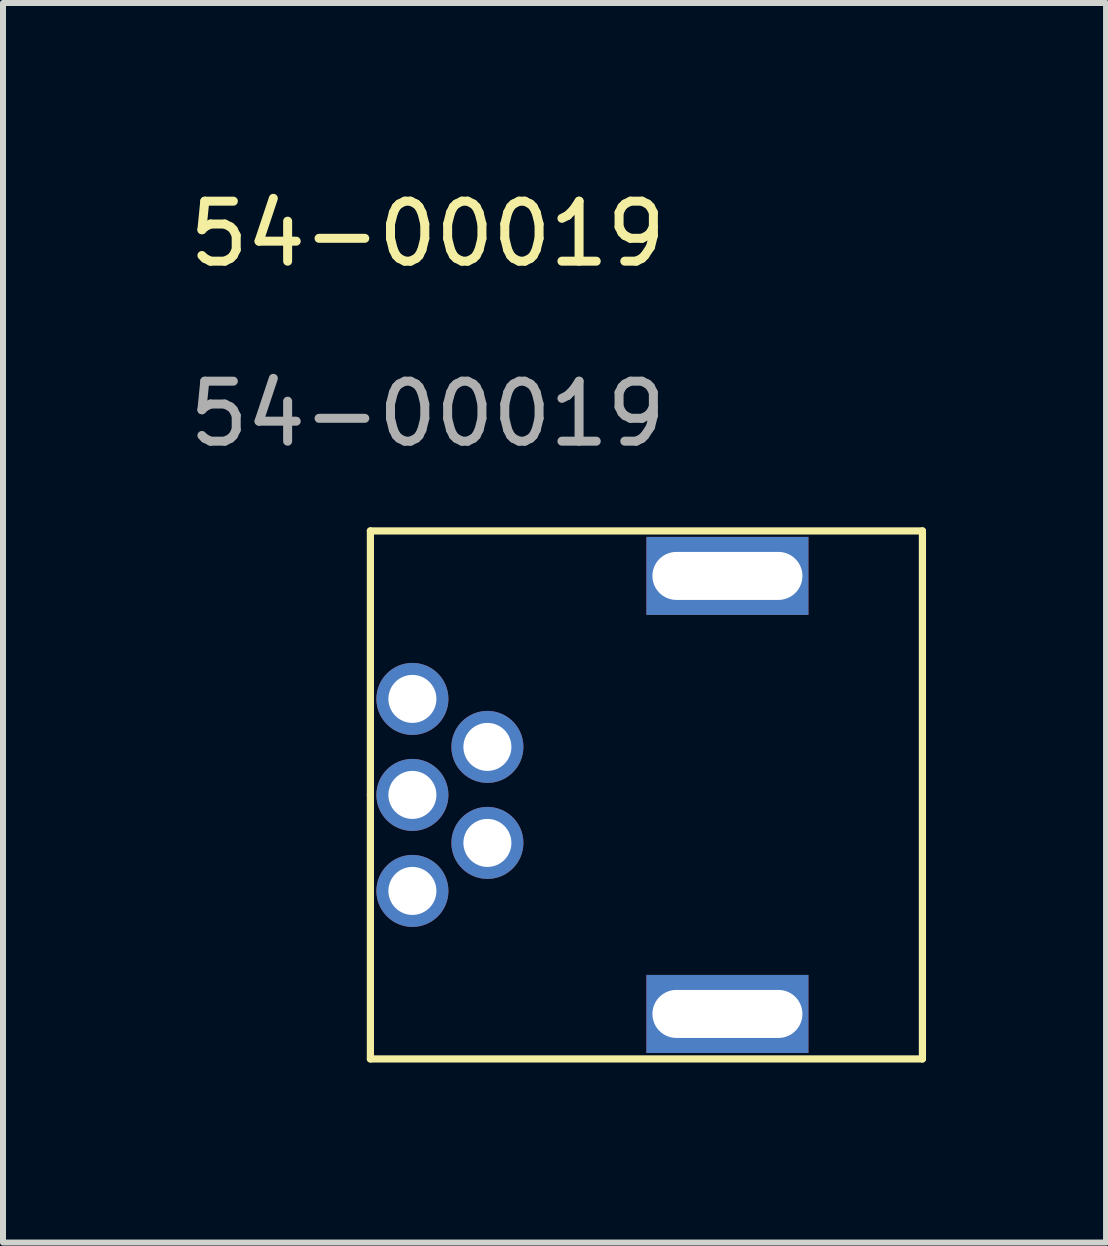
<source format=kicad_pcb>
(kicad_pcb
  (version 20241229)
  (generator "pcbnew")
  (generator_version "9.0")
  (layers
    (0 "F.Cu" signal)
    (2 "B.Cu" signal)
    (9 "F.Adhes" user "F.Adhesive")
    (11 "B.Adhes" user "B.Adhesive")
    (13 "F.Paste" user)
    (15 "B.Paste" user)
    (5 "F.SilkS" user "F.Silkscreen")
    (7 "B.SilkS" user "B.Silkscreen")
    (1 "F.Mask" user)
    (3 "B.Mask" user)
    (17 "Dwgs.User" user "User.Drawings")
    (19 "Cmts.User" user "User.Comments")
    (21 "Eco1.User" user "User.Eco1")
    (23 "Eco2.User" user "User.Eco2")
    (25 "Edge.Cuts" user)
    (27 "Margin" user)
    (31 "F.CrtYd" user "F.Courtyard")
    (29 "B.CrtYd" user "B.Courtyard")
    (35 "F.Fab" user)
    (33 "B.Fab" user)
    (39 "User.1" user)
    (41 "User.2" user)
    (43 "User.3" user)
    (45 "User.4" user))
  (footprint "54-00019"
    (layer "F.Cu")
    (at 3.823 10.198)
    (property "Reference" "54-00019" (at 0.254 -9.35 0) (unlocked yes) (layer "F.SilkS") (effects (font (size 1 1) (thickness 0.15))))
    (attr through_hole)
    (fp_line (start -0.7 -4.4) (end 8.5 -4.4) (stroke (width 0.12) (type solid)) (layer "F.SilkS"))
    (fp_line (start -0.7 0) (end -0.7 -4.4) (stroke (width 0.12) (type solid)) (layer "F.SilkS"))
    (fp_line (start -0.7 4.4) (end -0.7 0) (stroke (width 0.12) (type solid)) (layer "F.SilkS"))
    (fp_line (start -0.7 4.4) (end 8.5 4.4) (stroke (width 0.12) (type solid)) (layer "F.SilkS"))
    (fp_line (start 8.5 4.4) (end 8.5 -4.4) (stroke (width 0.12) (type solid)) (layer "F.SilkS"))
    (fp_text user "${REFERENCE}" (at 0.254 -6.35 0) (unlocked yes) (layer "F.Fab") (effects (font (size 1 1) (thickness 0.15))))
    (pad "1" thru_hole circle (at 0 1.6) (size 1.2 1.2) (drill 0.8) (layers "*.Cu" "*.Mask"))
    (pad "2" thru_hole circle (at 1.25 0.8) (size 1.2 1.2) (drill 0.8) (layers "*.Cu" "*.Mask"))
    (pad "3" thru_hole circle (at 0 0) (size 1.2 1.2) (drill 0.8) (layers "*.Cu" "*.Mask"))
    (pad "4" thru_hole circle (at 1.25 -0.8) (size 1.2 1.2) (drill 0.8) (layers "*.Cu" "*.Mask"))
    (pad "5" thru_hole circle (at 0 -1.6) (size 1.2 1.2) (drill 0.8) (layers "*.Cu" "*.Mask"))
    (pad "6" thru_hole rect (at 5.25 -3.65) (size 2.7 1.3) (drill oval 2.5 0.8) (layers "*.Cu" "*.Mask"))
    (pad "6" thru_hole rect (at 5.25 3.65) (size 2.7 1.3) (drill oval 2.5 0.8) (layers "*.Cu" "*.Mask")))
  (gr_rect
    (start -3 -3)
    (end 15.383 17.658)
    (stroke (width 0.1) (type default))
    (fill no)
    (layer "Edge.Cuts")))
</source>
